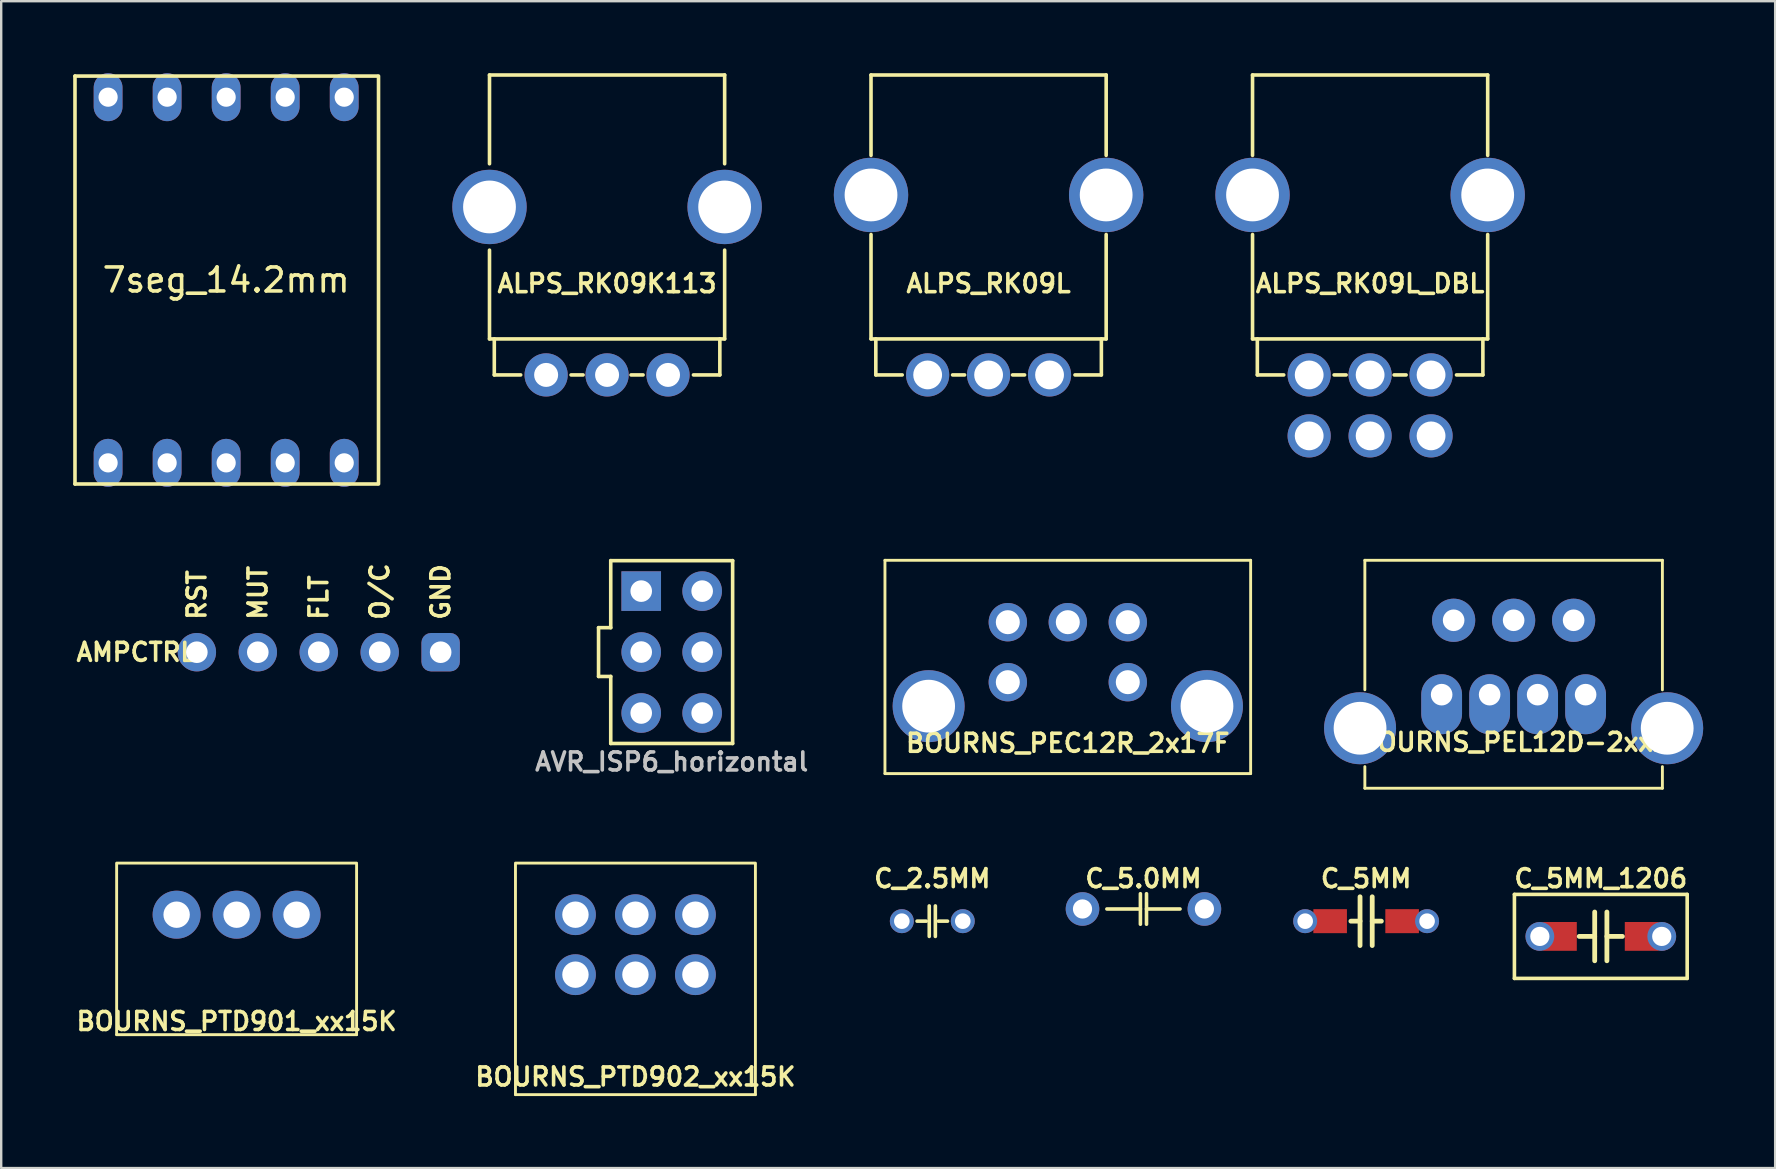
<source format=kicad_pcb>
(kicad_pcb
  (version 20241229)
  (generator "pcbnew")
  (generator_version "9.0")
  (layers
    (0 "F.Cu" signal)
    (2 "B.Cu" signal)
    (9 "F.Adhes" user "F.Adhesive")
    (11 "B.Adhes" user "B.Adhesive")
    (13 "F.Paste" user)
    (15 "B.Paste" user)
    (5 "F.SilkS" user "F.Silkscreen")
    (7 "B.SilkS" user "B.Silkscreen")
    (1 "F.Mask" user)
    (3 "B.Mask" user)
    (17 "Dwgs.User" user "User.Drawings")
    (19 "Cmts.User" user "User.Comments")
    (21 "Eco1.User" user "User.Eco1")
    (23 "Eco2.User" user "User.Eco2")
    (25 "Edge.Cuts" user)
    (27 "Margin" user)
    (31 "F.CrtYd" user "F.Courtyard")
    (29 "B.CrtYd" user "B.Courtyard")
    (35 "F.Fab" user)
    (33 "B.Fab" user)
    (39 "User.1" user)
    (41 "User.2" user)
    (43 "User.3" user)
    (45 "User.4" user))
  (footprint "ALPS_RK09L_DBL"
    (layer "F.Cu")
    (at 54.05 12.575)
    (property "Reference" "ALPS_RK09L_DBL" (at 0 -3.81 0) (layer "F.SilkS") (effects (font (size 0.75 0.75) (thickness 0.15))))
    (attr through_hole)
    (fp_line (start -4.9 -12.5) (end -4.9 -9.15) (stroke (width 0.15) (type solid)) (layer "F.SilkS"))
    (fp_line (start -4.9 -12.5) (end 4.9 -12.5) (stroke (width 0.15) (type solid)) (layer "F.SilkS"))
    (fp_line (start -4.9 -5.85) (end -4.9 -1.5) (stroke (width 0.15) (type solid)) (layer "F.SilkS"))
    (fp_line (start -4.9 -1.5) (end 4.9 -1.5) (stroke (width 0.15) (type solid)) (layer "F.SilkS"))
    (fp_line (start -4.7 0) (end -4.7 -1.5) (stroke (width 0.15) (type solid)) (layer "F.SilkS"))
    (fp_line (start -3.6 0) (end -4.7 0) (stroke (width 0.15) (type solid)) (layer "F.SilkS"))
    (fp_line (start -1.5 0) (end -1 0) (stroke (width 0.15) (type solid)) (layer "F.SilkS"))
    (fp_line (start 1 0) (end 1.5 0) (stroke (width 0.15) (type solid)) (layer "F.SilkS"))
    (fp_line (start 3.6 0) (end 4.7 0) (stroke (width 0.15) (type solid)) (layer "F.SilkS"))
    (fp_line (start 4.7 0) (end 4.7 -1.5) (stroke (width 0.15) (type solid)) (layer "F.SilkS"))
    (fp_line (start 4.9 -12.5) (end 4.9 -9.15) (stroke (width 0.15) (type solid)) (layer "F.SilkS"))
    (fp_line (start 4.9 -5.85) (end 4.9 -1.5) (stroke (width 0.15) (type solid)) (layer "F.SilkS"))
    (pad "" thru_hole circle (at -4.9 -7.5 90) (size 3.1 3.1) (drill 2.2) (layers "*.Cu" "*.Mask"))
    (pad "" thru_hole circle (at 4.9 -7.5) (size 3.1 3.1) (drill 2.2) (layers "*.Cu" "*.Mask"))
    (pad "1" thru_hole circle (at -2.54 0) (size 1.8 1.8) (drill 1.2) (layers "*.Cu" "*.Mask"))
    (pad "2" thru_hole circle (at 0 0) (size 1.8 1.8) (drill 1.2) (layers "*.Cu" "*.Mask"))
    (pad "3" thru_hole circle (at 2.54 0) (size 1.8 1.8) (drill 1.2) (layers "*.Cu" "*.Mask"))
    (pad "4" thru_hole circle (at -2.54 2.54) (size 1.8 1.8) (drill 1.2) (layers "*.Cu" "*.Mask"))
    (pad "5" thru_hole circle (at 0 2.54) (size 1.8 1.8) (drill 1.2) (layers "*.Cu" "*.Mask"))
    (pad "6" thru_hole circle (at 2.54 2.54) (size 1.8 1.8) (drill 1.2) (layers "*.Cu" "*.Mask")))
  (footprint "ALPS_RK09K113"
    (layer "F.Cu")
    (at 22.25 12.575)
    (property "Reference" "ALPS_RK09K113" (at 0 -3.81 0) (layer "F.SilkS") (effects (font (size 0.75 0.75) (thickness 0.15))))
    (attr through_hole)
    (fp_line (start -4.9 -12.5) (end -4.9 -8.8) (stroke (width 0.15) (type solid)) (layer "F.SilkS"))
    (fp_line (start -4.9 -12.5) (end 4.9 -12.5) (stroke (width 0.15) (type solid)) (layer "F.SilkS"))
    (fp_line (start -4.9 -5.2) (end -4.9 -1.5) (stroke (width 0.15) (type solid)) (layer "F.SilkS"))
    (fp_line (start -4.9 -1.5) (end 4.9 -1.5) (stroke (width 0.15) (type solid)) (layer "F.SilkS"))
    (fp_line (start -4.7 0) (end -4.7 -1.5) (stroke (width 0.15) (type solid)) (layer "F.SilkS"))
    (fp_line (start -3.6 0) (end -4.7 0) (stroke (width 0.15) (type solid)) (layer "F.SilkS"))
    (fp_line (start -1.5 0) (end -1 0) (stroke (width 0.15) (type solid)) (layer "F.SilkS"))
    (fp_line (start 1 0) (end 1.5 0) (stroke (width 0.15) (type solid)) (layer "F.SilkS"))
    (fp_line (start 3.6 0) (end 4.7 0) (stroke (width 0.15) (type solid)) (layer "F.SilkS"))
    (fp_line (start 4.7 0) (end 4.7 -1.5) (stroke (width 0.15) (type solid)) (layer "F.SilkS"))
    (fp_line (start 4.9 -12.5) (end 4.9 -8.8) (stroke (width 0.15) (type solid)) (layer "F.SilkS"))
    (fp_line (start 4.9 -5.2) (end 4.9 -1.5) (stroke (width 0.15) (type solid)) (layer "F.SilkS"))
    (pad "" thru_hole circle (at -4.9 -7 90) (size 3.1 3.1) (drill 2.2) (layers "*.Cu" "*.Mask"))
    (pad "" thru_hole circle (at 4.9 -7) (size 3.1 3.1) (drill 2.2) (layers "*.Cu" "*.Mask"))
    (pad "1" thru_hole circle (at -2.54 0) (size 1.8 1.8) (drill 1) (layers "*.Cu" "*.Mask"))
    (pad "2" thru_hole circle (at 0 0) (size 1.8 1.8) (drill 1) (layers "*.Cu" "*.Mask"))
    (pad "3" thru_hole circle (at 2.54 0) (size 1.8 1.8) (drill 1) (layers "*.Cu" "*.Mask")))
  (footprint "BOURNS_PEL12D-2xxx"
    (layer "F.Cu")
    (at 60.031 22.8)
    (property "Reference" "BOURNS_PEL12D-2xxx" (at 0 5.08 0) (layer "F.SilkS") (effects (font (size 0.75 0.75) (thickness 0.15))))
    (attr through_hole)
    (fp_line (start -6.2 -2.5) (end 6.2 -2.5) (stroke (width 0.12) (type solid)) (layer "F.SilkS"))
    (fp_line (start -6.2 2.896) (end -6.2 -2.5) (stroke (width 0.12) (type solid)) (layer "F.SilkS"))
    (fp_line (start -6.2 7) (end -6.2 6.1) (stroke (width 0.12) (type solid)) (layer "F.SilkS"))
    (fp_line (start 6.2 -2.5) (end 6.2 2.9) (stroke (width 0.12) (type solid)) (layer "F.SilkS"))
    (fp_line (start 6.2 7) (end -6.2 7) (stroke (width 0.12) (type solid)) (layer "F.SilkS"))
    (fp_line (start 6.2 7) (end 6.2 6.1) (stroke (width 0.12) (type solid)) (layer "F.SilkS"))
    (pad "" thru_hole circle (at -6.4 4.5) (size 3 3) (drill 2.2) (layers "*.Cu" "*.Mask"))
    (pad "" thru_hole circle (at 6.4 4.5) (size 3 3) (drill 2.2) (layers "*.Cu" "*.Mask"))
    (pad "1" thru_hole circle (at 2.5 0) (size 1.8 1.8) (drill 0.9) (layers "*.Cu" "*.Mask"))
    (pad "2" thru_hole circle (at 0 0) (size 1.8 1.8) (drill 0.9) (layers "*.Cu" "*.Mask"))
    (pad "3" thru_hole circle (at -2.5 0) (size 1.8 1.8) (drill 0.9) (layers "*.Cu" "*.Mask"))
    (pad "4" thru_hole oval (at 3 3.1) (size 1.7 2.5) (drill 0.9 (offset 0 0.4)) (layers "*.Cu" "*.Mask"))
    (pad "5" thru_hole oval (at 1 3.1) (size 1.7 2.5) (drill 0.9 (offset 0 0.4)) (layers "*.Cu" "*.Mask"))
    (pad "6" thru_hole oval (at -1 3.1) (size 1.7 2.5) (drill 0.9 (offset 0 0.4)) (layers "*.Cu" "*.Mask"))
    (pad "7" thru_hole oval (at -3 3.1) (size 1.7 2.5) (drill 0.9 (offset 0 0.4)) (layers "*.Cu" "*.Mask")))
  (footprint "C_5MM"
    (layer "F.Cu")
    (at 53.884 35.34)
    (property "Reference" "C_5MM" (at 0 -1.778 0) (layer "F.SilkS") (effects (font (size 0.75 0.75) (thickness 0.15))))
    (attr through_hole)
    (fp_line (start -0.254 -1.016) (end -0.254 1.016) (stroke (width 0.2) (type solid)) (layer "F.SilkS"))
    (fp_line (start -0.254 0) (end -0.635 0) (stroke (width 0.2) (type solid)) (layer "F.SilkS"))
    (fp_line (start 0.254 -1.016) (end 0.254 1.016) (stroke (width 0.2) (type solid)) (layer "F.SilkS"))
    (fp_line (start 0.254 0) (end 0.635 0) (stroke (width 0.2) (type solid)) (layer "F.SilkS"))
    (pad "1" thru_hole circle (at -2.54 0) (size 1 1) (drill 0.65) (layers "*.Cu" "*.Mask"))
    (pad "1" smd rect (at -1.5 0) (size 1.4 1) (layers "F.Cu" "F.Mask" "F.Paste"))
    (pad "2" smd rect (at 1.5 0) (size 1.4 1) (layers "F.Cu" "F.Mask" "F.Paste"))
    (pad "2" thru_hole circle (at 2.54 0) (size 1 1) (drill 0.65) (layers "*.Cu" "*.Mask")))
  (footprint "BOURNS_PEC12R_2x17F"
    (layer "F.Cu")
    (at 41.451 25.38)
    (property "Reference" "BOURNS_PEC12R_2x17F" (at 0 2.54 0) (layer "F.SilkS") (effects (font (size 0.75 0.75) (thickness 0.15))))
    (attr through_hole)
    (fp_line (start -7.62 -5.08) (end 7.62 -5.08) (stroke (width 0.12) (type solid)) (layer "F.SilkS"))
    (fp_line (start -7.62 3.81) (end -7.62 -5.08) (stroke (width 0.12) (type solid)) (layer "F.SilkS"))
    (fp_line (start 7.62 -5.08) (end 7.62 3.81) (stroke (width 0.12) (type solid)) (layer "F.SilkS"))
    (fp_line (start 7.62 3.81) (end -7.62 3.81) (stroke (width 0.12) (type solid)) (layer "F.SilkS"))
    (pad "" thru_hole circle (at -5.8 1) (size 3 3) (drill 2.2) (layers "*.Cu" "*.Mask"))
    (pad "" thru_hole circle (at 5.8 1) (size 3 3) (drill 2.2) (layers "*.Cu" "*.Mask"))
    (pad "1" thru_hole circle (at 2.5 -2.5) (size 1.6 1.6) (drill 1) (layers "*.Cu" "*.Mask"))
    (pad "2" thru_hole circle (at 0 -2.5) (size 1.6 1.6) (drill 1) (layers "*.Cu" "*.Mask"))
    (pad "3" thru_hole circle (at -2.5 -2.5) (size 1.6 1.6) (drill 1) (layers "*.Cu" "*.Mask"))
    (pad "4" thru_hole circle (at 2.5 0) (size 1.6 1.6) (drill 1) (layers "*.Cu" "*.Mask"))
    (pad "5" thru_hole circle (at -2.5 0) (size 1.6 1.6) (drill 1) (layers "*.Cu" "*.Mask")))
  (footprint "AMPCTRL"
    (layer "F.Cu")
    (at 10.234 24.131)
    (property "Reference" "AMPCTRL" (at -7.62 0 0) (unlocked yes) (layer "F.SilkS") (effects (font (size 0.75 0.75) (thickness 0.15))))
    (attr through_hole)
    (fp_text user "FLT" (at 0 -1.27 90) (unlocked yes) (layer "F.SilkS") (effects (font (size 0.75 0.75) (thickness 0.15)) (justify left)))
    (fp_text user "GND" (at 5.08 -1.27 90) (unlocked yes) (layer "F.SilkS") (effects (font (size 0.75 0.75) (thickness 0.15)) (justify left)))
    (fp_text user "RST" (at -5.08 -1.27 90) (unlocked yes) (layer "F.SilkS") (effects (font (size 0.75 0.75) (thickness 0.15)) (justify left)))
    (fp_text user "MUT" (at -2.54 -1.27 90) (unlocked yes) (layer "F.SilkS") (effects (font (size 0.75 0.75) (thickness 0.15)) (justify left)))
    (fp_text user "O/C" (at 2.54 -1.27 90) (unlocked yes) (layer "F.SilkS") (effects (font (size 0.75 0.75) (thickness 0.15)) (justify left)))
    (pad "1" thru_hole roundrect (at 5.08 0) (size 1.6 1.6) (drill 0.9) (layers "*.Cu" "*.Mask") (roundrect_rratio 0.25))
    (pad "2" thru_hole circle (at -5.08 0) (size 1.6 1.6) (drill 0.9) (layers "*.Cu" "*.Mask"))
    (pad "3" thru_hole circle (at -2.54 0) (size 1.6 1.6) (drill 0.9) (layers "*.Cu" "*.Mask"))
    (pad "4" thru_hole circle (at 0 0) (size 1.6 1.6) (drill 0.9) (layers "*.Cu" "*.Mask"))
    (pad "5" thru_hole circle (at 2.54 0) (size 1.6 1.6) (drill 0.9) (layers "*.Cu" "*.Mask")))
  (footprint "C_5MM_1206"
    (layer "F.Cu")
    (at 63.664 35.975)
    (property "Reference" "C_5MM_1206" (at 0 -2.413 0) (layer "F.SilkS") (effects (font (size 0.75 0.75) (thickness 0.15))))
    (attr through_hole)
    (fp_line (start -3.6 -1.75) (end -3.6 1.75) (stroke (width 0.15) (type solid)) (layer "F.SilkS"))
    (fp_line (start -3.6 -1.75) (end 3.6 -1.75) (stroke (width 0.15) (type solid)) (layer "F.SilkS"))
    (fp_line (start -3.6 1.75) (end 3.6 1.75) (stroke (width 0.15) (type solid)) (layer "F.SilkS"))
    (fp_line (start -0.254 -1.016) (end -0.254 1.016) (stroke (width 0.2) (type solid)) (layer "F.SilkS"))
    (fp_line (start -0.254 0) (end -0.9 0) (stroke (width 0.2) (type solid)) (layer "F.SilkS"))
    (fp_line (start 0.254 -1.016) (end 0.254 1.016) (stroke (width 0.2) (type solid)) (layer "F.SilkS"))
    (fp_line (start 0.254 0) (end 0.9 0) (stroke (width 0.2) (type solid)) (layer "F.SilkS"))
    (fp_line (start 3.6 1.75) (end 3.6 -1.75) (stroke (width 0.15) (type solid)) (layer "F.SilkS"))
    (pad "1" thru_hole circle (at -2.54 0) (size 1.2 1.2) (drill 0.8) (layers "*.Cu" "*.Mask"))
    (pad "1" smd rect (at -1.7 0) (size 1.4 1.2) (layers "F.Cu" "F.Mask" "F.Paste"))
    (pad "2" smd rect (at 1.7 0) (size 1.4 1.2) (layers "F.Cu" "F.Mask" "F.Paste"))
    (pad "2" thru_hole circle (at 2.54 0) (size 1.2 1.2) (drill 0.8) (layers "*.Cu" "*.Mask")))
  (footprint "C_5.0MM"
    (layer "F.Cu")
    (at 44.604 34.832)
    (property "Reference" "C_5.0MM" (at 0 -1.27 0) (layer "F.SilkS") (effects (font (size 0.75 0.75) (thickness 0.15))))
    (attr through_hole)
    (fp_line (start -0.127 -0.635) (end -0.127 0.635) (stroke (width 0.15) (type solid)) (layer "F.SilkS"))
    (fp_line (start -0.127 0) (end -1.524 0) (stroke (width 0.15) (type solid)) (layer "F.SilkS"))
    (fp_line (start 0.127 0) (end 1.524 0) (stroke (width 0.15) (type solid)) (layer "F.SilkS"))
    (fp_line (start 0.127 0.635) (end 0.127 -0.635) (stroke (width 0.15) (type solid)) (layer "F.SilkS"))
    (pad "1" thru_hole circle (at -2.54 0) (size 1.4 1.4) (drill 0.8) (layers "*.Cu" "*.Mask"))
    (pad "2" thru_hole circle (at 2.54 0) (size 1.4 1.4) (drill 0.8) (layers "*.Cu" "*.Mask")))
  (footprint "BOURNS_PTD902_xx15K"
    (layer "F.Cu")
    (at 23.432 35.07)
    (property "Reference" "BOURNS_PTD902_xx15K" (at 0 6.756 0) (layer "F.SilkS") (effects (font (size 0.75 0.75) (thickness 0.15))))
    (attr through_hole)
    (fp_line (start -5 -2.15) (end 5 -2.15) (stroke (width 0.12) (type solid)) (layer "F.SilkS"))
    (fp_line (start -5 7.5) (end -5 -2.1) (stroke (width 0.12) (type solid)) (layer "F.SilkS"))
    (fp_line (start 5 -2.1) (end 5 7.5) (stroke (width 0.12) (type solid)) (layer "F.SilkS"))
    (fp_line (start 5 7.5) (end -5 7.5) (stroke (width 0.12) (type solid)) (layer "F.SilkS"))
    (pad "1" thru_hole circle (at -2.5 0) (size 1.7 1.7) (drill 1.1) (layers "*.Cu" "*.Mask"))
    (pad "2" thru_hole circle (at 0 0) (size 1.7 1.7) (drill 1.1) (layers "*.Cu" "*.Mask"))
    (pad "3" thru_hole circle (at 2.5 0) (size 1.7 1.7) (drill 1.1) (layers "*.Cu" "*.Mask"))
    (pad "4" thru_hole circle (at -2.5 2.5) (size 1.7 1.7) (drill 1.1) (layers "*.Cu" "*.Mask"))
    (pad "5" thru_hole circle (at 0 2.5) (size 1.7 1.7) (drill 1.1) (layers "*.Cu" "*.Mask"))
    (pad "6" thru_hole circle (at 2.5 2.5) (size 1.7 1.7) (drill 1.1) (layers "*.Cu" "*.Mask")))
  (footprint "BOURNS_PTD901_xx15K"
    (layer "F.Cu")
    (at 6.811 35.07)
    (property "Reference" "BOURNS_PTD901_xx15K" (at 0 4.445 0) (layer "F.SilkS") (effects (font (size 0.75 0.75) (thickness 0.15))))
    (attr through_hole)
    (fp_line (start -5 -2.15) (end 5 -2.15) (stroke (width 0.12) (type solid)) (layer "F.SilkS"))
    (fp_line (start -5 5) (end -5 -2.1) (stroke (width 0.12) (type solid)) (layer "F.SilkS"))
    (fp_line (start 5 -2.1) (end 5 5) (stroke (width 0.12) (type solid)) (layer "F.SilkS"))
    (fp_line (start 5 5) (end -5 5) (stroke (width 0.12) (type solid)) (layer "F.SilkS"))
    (pad "1" thru_hole circle (at -2.5 0) (size 2 2) (drill 1.1) (layers "*.Cu" "*.Mask"))
    (pad "2" thru_hole circle (at 0 0) (size 2 2) (drill 1.1) (layers "*.Cu" "*.Mask"))
    (pad "3" thru_hole circle (at 2.5 0) (size 2 2) (drill 1.1) (layers "*.Cu" "*.Mask")))
  (footprint "AVR_ISP6_horizontal"
    (layer "F.Cu")
    (at 24.943 24.125)
    (property "Reference" "AVR_ISP6_horizontal" (at 0 4.572 0) (layer "Dwgs.User") (effects (font (size 0.75 0.75) (thickness 0.15))))
    (attr through_hole)
    (fp_line (start -3.048 -1.016) (end -2.54 -1.016) (stroke (width 0.15) (type solid)) (layer "F.SilkS"))
    (fp_line (start -3.048 1.016) (end -3.048 -1.016) (stroke (width 0.15) (type solid)) (layer "F.SilkS"))
    (fp_line (start -2.54 -3.81) (end 2.54 -3.81) (stroke (width 0.15) (type solid)) (layer "F.SilkS"))
    (fp_line (start -2.54 -1.016) (end -2.54 -3.81) (stroke (width 0.15) (type solid)) (layer "F.SilkS"))
    (fp_line (start -2.54 1.016) (end -3.048 1.016) (stroke (width 0.15) (type solid)) (layer "F.SilkS"))
    (fp_line (start -2.54 3.81) (end -2.54 1.016) (stroke (width 0.15) (type solid)) (layer "F.SilkS"))
    (fp_line (start 2.54 -3.81) (end 2.54 3.81) (stroke (width 0.15) (type solid)) (layer "F.SilkS"))
    (fp_line (start 2.54 3.81) (end -2.54 3.81) (stroke (width 0.15) (type solid)) (layer "F.SilkS"))
    (pad "1" thru_hole rect (at -1.27 -2.54) (size 1.65 1.65) (drill 0.9) (layers "*.Cu" "*.Mask"))
    (pad "2" thru_hole circle (at 1.27 -2.54) (size 1.65 1.65) (drill 0.9) (layers "*.Cu" "*.Mask"))
    (pad "3" thru_hole circle (at -1.27 0) (size 1.65 1.65) (drill 0.9) (layers "*.Cu" "*.Mask"))
    (pad "4" thru_hole circle (at 1.27 0) (size 1.65 1.65) (drill 0.9) (layers "*.Cu" "*.Mask"))
    (pad "5" thru_hole circle (at -1.27 2.54) (size 1.65 1.65) (drill 0.9) (layers "*.Cu" "*.Mask"))
    (pad "6" thru_hole circle (at 1.27 2.54) (size 1.65 1.65) (drill 0.9) (layers "*.Cu" "*.Mask")))
  (footprint "ALPS_RK09L"
    (layer "F.Cu")
    (at 38.15 12.575)
    (property "Reference" "ALPS_RK09L" (at 0 -3.81 0) (layer "F.SilkS") (effects (font (size 0.75 0.75) (thickness 0.15))))
    (attr through_hole)
    (fp_line (start -4.9 -12.5) (end -4.9 -9.15) (stroke (width 0.15) (type solid)) (layer "F.SilkS"))
    (fp_line (start -4.9 -12.5) (end 4.9 -12.5) (stroke (width 0.15) (type solid)) (layer "F.SilkS"))
    (fp_line (start -4.9 -5.85) (end -4.9 -1.5) (stroke (width 0.15) (type solid)) (layer "F.SilkS"))
    (fp_line (start -4.9 -1.5) (end 4.9 -1.5) (stroke (width 0.15) (type solid)) (layer "F.SilkS"))
    (fp_line (start -4.7 0) (end -4.7 -1.5) (stroke (width 0.15) (type solid)) (layer "F.SilkS"))
    (fp_line (start -3.6 0) (end -4.7 0) (stroke (width 0.15) (type solid)) (layer "F.SilkS"))
    (fp_line (start -1.5 0) (end -1 0) (stroke (width 0.15) (type solid)) (layer "F.SilkS"))
    (fp_line (start 1 0) (end 1.5 0) (stroke (width 0.15) (type solid)) (layer "F.SilkS"))
    (fp_line (start 3.6 0) (end 4.7 0) (stroke (width 0.15) (type solid)) (layer "F.SilkS"))
    (fp_line (start 4.7 0) (end 4.7 -1.5) (stroke (width 0.15) (type solid)) (layer "F.SilkS"))
    (fp_line (start 4.9 -12.5) (end 4.9 -9.15) (stroke (width 0.15) (type solid)) (layer "F.SilkS"))
    (fp_line (start 4.9 -5.85) (end 4.9 -1.5) (stroke (width 0.15) (type solid)) (layer "F.SilkS"))
    (pad "" thru_hole circle (at -4.9 -7.5 90) (size 3.1 3.1) (drill 2.2) (layers "*.Cu" "*.Mask"))
    (pad "" thru_hole circle (at 4.9 -7.5) (size 3.1 3.1) (drill 2.2) (layers "*.Cu" "*.Mask"))
    (pad "1" thru_hole circle (at -2.54 0) (size 1.8 1.8) (drill 1.2) (layers "*.Cu" "*.Mask"))
    (pad "2" thru_hole circle (at 0 0) (size 1.8 1.8) (drill 1.2) (layers "*.Cu" "*.Mask"))
    (pad "3" thru_hole circle (at 2.54 0) (size 1.8 1.8) (drill 1.2) (layers "*.Cu" "*.Mask")))
  (footprint "C_2.5MM"
    (layer "F.Cu")
    (at 35.804 35.34)
    (property "Reference" "C_2.5MM" (at 0 -1.778 0) (layer "F.SilkS") (effects (font (size 0.75 0.75) (thickness 0.15))))
    (attr through_hole)
    (fp_line (start -0.254 0) (end -0.635 0) (stroke (width 0.15) (type solid)) (layer "F.SilkS"))
    (fp_line (start -0.127 -0.635) (end -0.127 0.635) (stroke (width 0.15) (type solid)) (layer "F.SilkS"))
    (fp_line (start 0.127 0.635) (end 0.127 -0.635) (stroke (width 0.15) (type solid)) (layer "F.SilkS"))
    (fp_line (start 0.254 0) (end 0.635 0) (stroke (width 0.15) (type solid)) (layer "F.SilkS"))
    (pad "1" thru_hole circle (at -1.27 0) (size 1 1) (drill 0.65) (layers "*.Cu" "*.Mask"))
    (pad "2" thru_hole circle (at 1.27 0) (size 1 1) (drill 0.65) (layers "*.Cu" "*.Mask")))
  (footprint "7seg_14.2mm"
    (layer "F.Cu")
    (at 6.375 8.62)
    (property "Reference" "7seg_14.2mm" (at 0 0 0) (layer "F.SilkS") (effects (font (size 1 1) (thickness 0.15))))
    (attr through_hole)
    (fp_line (start -6.3 -8.5) (end -6.3 8.5) (stroke (width 0.15) (type solid)) (layer "F.SilkS"))
    (fp_line (start -6.3 -8.5) (end 6.3 -8.5) (stroke (width 0.15) (type solid)) (layer "F.SilkS"))
    (fp_line (start -6.3 8.5) (end 6.3 8.5) (stroke (width 0.15) (type solid)) (layer "F.SilkS"))
    (fp_line (start 6.35 -8.5) (end 6.35 8.5) (stroke (width 0.15) (type solid)) (layer "F.SilkS"))
    (pad "1" thru_hole oval (at -4.92 7.62) (size 1.2 2) (drill 0.8) (layers "*.Cu" "*.Mask"))
    (pad "2" thru_hole oval (at -2.46 7.62) (size 1.2 2) (drill 0.8) (layers "*.Cu" "*.Mask"))
    (pad "3" thru_hole oval (at 0 7.62) (size 1.2 2) (drill 0.8) (layers "*.Cu" "*.Mask"))
    (pad "4" thru_hole oval (at 2.46 7.62) (size 1.2 2) (drill 0.8) (layers "*.Cu" "*.Mask"))
    (pad "5" thru_hole oval (at 4.92 7.62) (size 1.2 2) (drill 0.8) (layers "*.Cu" "*.Mask"))
    (pad "6" thru_hole oval (at 4.92 -7.62) (size 1.2 2) (drill 0.8) (layers "*.Cu" "*.Mask"))
    (pad "7" thru_hole oval (at 2.46 -7.62) (size 1.2 2) (drill 0.8) (layers "*.Cu" "*.Mask"))
    (pad "8" thru_hole oval (at 0 -7.62) (size 1.2 2) (drill 0.8) (layers "*.Cu" "*.Mask"))
    (pad "9" thru_hole oval (at -2.46 -7.62) (size 1.2 2) (drill 0.8) (layers "*.Cu" "*.Mask"))
    (pad "10" thru_hole oval (at -4.92 -7.62) (size 1.2 2) (drill 0.8) (layers "*.Cu" "*.Mask")))
  (gr_rect
    (start -3 -3)
    (end 70.931 45.63)
    (stroke (width 0.1) (type default))
    (fill no)
    (layer "Edge.Cuts")))
</source>
